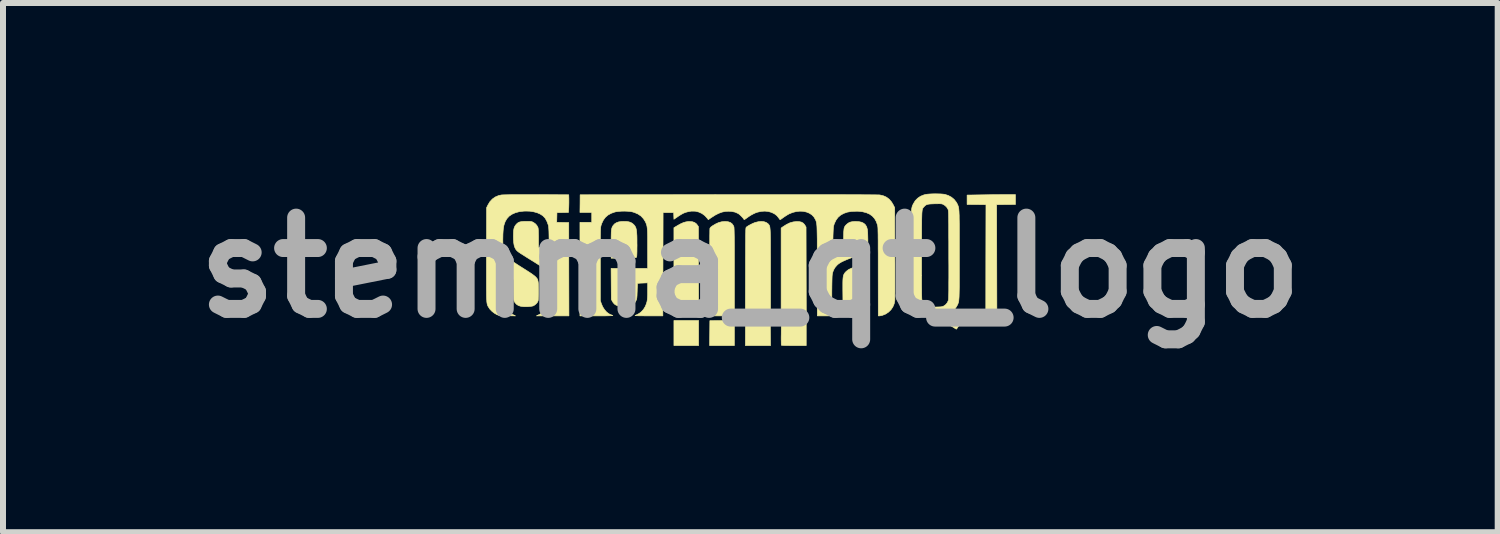
<source format=kicad_pcb>
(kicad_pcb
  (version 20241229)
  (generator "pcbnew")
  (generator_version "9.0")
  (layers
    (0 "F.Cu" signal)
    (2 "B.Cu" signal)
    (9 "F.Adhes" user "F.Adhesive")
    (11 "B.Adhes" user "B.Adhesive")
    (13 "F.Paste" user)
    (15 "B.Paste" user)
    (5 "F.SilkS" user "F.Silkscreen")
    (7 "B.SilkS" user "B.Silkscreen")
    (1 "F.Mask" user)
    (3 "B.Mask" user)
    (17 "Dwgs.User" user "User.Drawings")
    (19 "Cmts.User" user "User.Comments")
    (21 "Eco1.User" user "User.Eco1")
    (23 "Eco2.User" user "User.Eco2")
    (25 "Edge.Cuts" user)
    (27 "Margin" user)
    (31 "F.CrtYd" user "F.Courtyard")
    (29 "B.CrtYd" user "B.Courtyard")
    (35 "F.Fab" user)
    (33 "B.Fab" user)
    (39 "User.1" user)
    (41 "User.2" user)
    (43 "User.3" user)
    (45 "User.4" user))
  (footprint "stemma_qt_logo"
    (layer "F.Cu")
    (at 9.478 1.418)
    (property "Reference" "stemma_qt_logo" (at 0 0 0) (layer "F.Fab") (effects (font (size 1.524 1.524) (thickness 0.3))))
    (attr through_hole)
    (fp_poly (pts (xy -0.864 1.302) (xy -1.276 1.302) (xy -1.276 0.883) (xy -0.864 0.883) (xy -0.864 1.302)) (stroke (width 0.01) (type solid)) (fill yes) (layer "F.SilkS"))
    (fp_poly (pts (xy -0.267 1.302) (xy -0.68 1.302) (xy -0.678 1.094) (xy -0.676 0.886) (xy -0.471 0.884) (xy -0.267 0.882) (xy -0.267 1.302)) (stroke (width 0.01) (type solid)) (fill yes) (layer "F.SilkS"))
    (fp_poly (pts (xy 1.958 0.732) (xy 1.96 0.756) (xy 1.962 0.778) (xy 1.962 0.788) (xy 1.962 0.806) (xy 1.865 0.806) (xy 1.768 0.806) (xy 1.813 0.785) (xy 1.84 0.771) (xy 1.871 0.752) (xy 1.9 0.733) (xy 1.906 0.729) (xy 1.954 0.694) (xy 1.958 0.732)) (stroke (width 0.01) (type solid)) (fill yes) (layer "F.SilkS"))
    (fp_poly (pts (xy -0.969 -0.766) (xy -0.933 -0.754) (xy -0.904 -0.734) (xy -0.886 -0.712) (xy -0.867 -0.685) (xy -0.865 0.061) (xy -0.863 0.806) (xy -1.276 0.806) (xy -1.276 -0.666) (xy -1.211 -0.705) (xy -1.162 -0.732) (xy -1.119 -0.751) (xy -1.078 -0.763) (xy -1.038 -0.769) (xy -1.014 -0.769) (xy -0.969 -0.766)) (stroke (width 0.01) (type solid)) (fill yes) (layer "F.SilkS"))
    (fp_poly (pts (xy 0.82 -0.767) (xy 0.854 -0.759) (xy 0.882 -0.743) (xy 0.904 -0.72) (xy 0.911 -0.709) (xy 0.93 -0.677) (xy 0.934 0.806) (xy 0.514 0.806) (xy 0.514 -0.66) (xy 0.541 -0.68) (xy 0.602 -0.719) (xy 0.659 -0.747) (xy 0.716 -0.763) (xy 0.772 -0.769) (xy 0.776 -0.769) (xy 0.82 -0.767)) (stroke (width 0.01) (type solid)) (fill yes) (layer "F.SilkS"))
    (fp_poly (pts (xy 0.113 0.884) (xy 0.131 0.884) (xy 0.333 0.886) (xy 0.335 1.094) (xy 0.337 1.302) (xy -0.083 1.302) (xy -0.082 1.1) (xy -0.082 1.051) (xy -0.082 1.005) (xy -0.081 0.965) (xy -0.08 0.932) (xy -0.079 0.907) (xy -0.078 0.893) (xy -0.077 0.89) (xy -0.073 0.888) (xy -0.063 0.886) (xy -0.046 0.885) (xy -0.021 0.884) (xy 0.013 0.884) (xy 0.057 0.884) (xy 0.113 0.884)) (stroke (width 0.01) (type solid)) (fill yes) (layer "F.SilkS"))
    (fp_poly (pts (xy 0.933 1.302) (xy 0.727 1.302) (xy 0.667 1.302) (xy 0.619 1.301) (xy 0.582 1.301) (xy 0.554 1.3) (xy 0.535 1.298) (xy 0.523 1.297) (xy 0.518 1.295) (xy 0.517 1.294) (xy 0.517 1.286) (xy 0.516 1.266) (xy 0.516 1.238) (xy 0.515 1.201) (xy 0.515 1.158) (xy 0.516 1.11) (xy 0.516 1.086) (xy 0.518 0.886) (xy 0.725 0.884) (xy 0.933 0.882) (xy 0.933 1.302)) (stroke (width 0.01) (type solid)) (fill yes) (layer "F.SilkS"))
    (fp_poly (pts (xy 4.426 -1.054) (xy 4.269 -1.053) (xy 4.112 -1.051) (xy 4.114 -0.122) (xy 4.116 0.806) (xy 3.931 0.806) (xy 3.932 -0.122) (xy 3.934 -1.051) (xy 3.777 -1.053) (xy 3.619 -1.054) (xy 3.619 -1.211) (xy 3.881 -1.215) (xy 3.945 -1.216) (xy 4.011 -1.217) (xy 4.076 -1.218) (xy 4.139 -1.218) (xy 4.196 -1.219) (xy 4.245 -1.219) (xy 4.285 -1.219) (xy 4.285 -1.219) (xy 4.426 -1.219) (xy 4.426 -1.054)) (stroke (width 0.01) (type solid)) (fill yes) (layer "F.SilkS"))
    (fp_poly (pts (xy -0.372 -0.766) (xy -0.333 -0.753) (xy -0.303 -0.73) (xy -0.282 -0.699) (xy -0.274 -0.68) (xy -0.273 -0.672) (xy -0.272 -0.657) (xy -0.271 -0.633) (xy -0.27 -0.6) (xy -0.269 -0.558) (xy -0.268 -0.506) (xy -0.268 -0.445) (xy -0.267 -0.372) (xy -0.267 -0.289) (xy -0.267 -0.195) (xy -0.267 -0.089) (xy -0.267 0.029) (xy -0.267 0.074) (xy -0.267 0.806) (xy -0.679 0.806) (xy -0.679 0.087) (xy -0.679 -0.008) (xy -0.679 -0.1) (xy -0.679 -0.187) (xy -0.679 -0.27) (xy -0.679 -0.346) (xy -0.678 -0.416) (xy -0.678 -0.479) (xy -0.678 -0.533) (xy -0.677 -0.578) (xy -0.677 -0.613) (xy -0.676 -0.638) (xy -0.676 -0.651) (xy -0.676 -0.652) (xy -0.67 -0.665) (xy -0.657 -0.679) (xy -0.635 -0.695) (xy -0.633 -0.697) (xy -0.579 -0.729) (xy -0.529 -0.752) (xy -0.48 -0.765) (xy -0.429 -0.77) (xy -0.419 -0.77) (xy -0.372 -0.766)) (stroke (width 0.01) (type solid)) (fill yes) (layer "F.SilkS"))
    (fp_poly (pts (xy 0.226 -0.767) (xy 0.264 -0.754) (xy 0.294 -0.734) (xy 0.304 -0.723) (xy 0.309 -0.717) (xy 0.313 -0.711) (xy 0.317 -0.704) (xy 0.321 -0.696) (xy 0.324 -0.686) (xy 0.326 -0.674) (xy 0.328 -0.658) (xy 0.33 -0.638) (xy 0.332 -0.613) (xy 0.333 -0.583) (xy 0.334 -0.547) (xy 0.335 -0.503) (xy 0.336 -0.453) (xy 0.336 -0.393) (xy 0.336 -0.325) (xy 0.336 -0.247) (xy 0.337 -0.159) (xy 0.337 -0.06) (xy 0.337 0.052) (xy 0.337 0.806) (xy -0.083 0.806) (xy -0.081 0.07) (xy -0.081 -0.042) (xy -0.081 -0.142) (xy -0.08 -0.231) (xy -0.08 -0.309) (xy -0.08 -0.378) (xy -0.079 -0.437) (xy -0.079 -0.487) (xy -0.079 -0.53) (xy -0.078 -0.565) (xy -0.077 -0.594) (xy -0.077 -0.618) (xy -0.076 -0.636) (xy -0.075 -0.649) (xy -0.074 -0.659) (xy -0.072 -0.666) (xy -0.071 -0.671) (xy -0.069 -0.674) (xy -0.068 -0.675) (xy -0.067 -0.676) (xy -0.035 -0.698) (xy 0.003 -0.719) (xy 0.044 -0.739) (xy 0.079 -0.753) (xy 0.132 -0.766) (xy 0.181 -0.771) (xy 0.226 -0.767)) (stroke (width 0.01) (type solid)) (fill yes) (layer "F.SilkS"))
    (fp_poly (pts (xy 1.954 -0.086) (xy 1.955 -0.079) (xy 1.956 -0.061) (xy 1.957 -0.032) (xy 1.957 0.006) (xy 1.958 0.052) (xy 1.958 0.104) (xy 1.959 0.161) (xy 1.959 0.223) (xy 1.959 0.236) (xy 1.959 0.554) (xy 1.915 0.579) (xy 1.871 0.603) (xy 1.835 0.621) (xy 1.803 0.633) (xy 1.772 0.64) (xy 1.74 0.644) (xy 1.714 0.645) (xy 1.675 0.646) (xy 1.646 0.644) (xy 1.629 0.64) (xy 1.603 0.628) (xy 1.585 0.615) (xy 1.571 0.597) (xy 1.564 0.586) (xy 1.546 0.556) (xy 1.544 0.366) (xy 1.544 0.305) (xy 1.544 0.255) (xy 1.545 0.214) (xy 1.547 0.182) (xy 1.55 0.156) (xy 1.554 0.135) (xy 1.56 0.118) (xy 1.568 0.103) (xy 1.578 0.088) (xy 1.583 0.082) (xy 1.6 0.064) (xy 1.622 0.046) (xy 1.642 0.032) (xy 1.658 0.024) (xy 1.682 0.013) (xy 1.713 0.00008) (xy 1.747 -0.014) (xy 1.785 -0.029) (xy 1.822 -0.043) (xy 1.859 -0.057) (xy 1.892 -0.068) (xy 1.92 -0.078) (xy 1.941 -0.084) (xy 1.953 -0.086) (xy 1.954 -0.086)) (stroke (width 0.01) (type solid)) (fill yes) (layer "F.SilkS"))
    (fp_poly (pts (xy -2.068 -0.77) (xy -2.032 -0.765) (xy -2.002 -0.756) (xy -1.977 -0.743) (xy -1.959 -0.729) (xy -1.943 -0.714) (xy -1.93 -0.699) (xy -1.92 -0.682) (xy -1.911 -0.663) (xy -1.905 -0.639) (xy -1.9 -0.61) (xy -1.897 -0.574) (xy -1.894 -0.53) (xy -1.893 -0.476) (xy -1.893 -0.412) (xy -1.892 -0.374) (xy -1.893 -0.318) (xy -1.893 -0.273) (xy -1.894 -0.239) (xy -1.895 -0.213) (xy -1.896 -0.195) (xy -1.898 -0.183) (xy -1.9 -0.176) (xy -1.901 -0.174) (xy -1.904 -0.171) (xy -1.909 -0.168) (xy -1.917 -0.166) (xy -1.929 -0.165) (xy -1.946 -0.163) (xy -1.971 -0.162) (xy -2.004 -0.161) (xy -2.046 -0.161) (xy -2.1 -0.16) (xy -2.117 -0.16) (xy -2.324 -0.157) (xy -2.324 -0.389) (xy -2.324 -0.454) (xy -2.324 -0.509) (xy -2.323 -0.553) (xy -2.322 -0.589) (xy -2.32 -0.617) (xy -2.317 -0.64) (xy -2.313 -0.657) (xy -2.308 -0.672) (xy -2.302 -0.685) (xy -2.295 -0.697) (xy -2.292 -0.701) (xy -2.268 -0.729) (xy -2.237 -0.749) (xy -2.199 -0.763) (xy -2.152 -0.77) (xy -2.115 -0.771) (xy -2.068 -0.77)) (stroke (width 0.01) (type solid)) (fill yes) (layer "F.SilkS"))
    (fp_poly (pts (xy 3.134 -1.231) (xy 3.178 -1.23) (xy 3.216 -1.227) (xy 3.244 -1.223) (xy 3.246 -1.223) (xy 3.305 -1.204) (xy 3.357 -1.176) (xy 3.402 -1.139) (xy 3.438 -1.093) (xy 3.454 -1.065) (xy 3.459 -1.053) (xy 3.464 -1.043) (xy 3.468 -1.033) (xy 3.472 -1.022) (xy 3.475 -1.01) (xy 3.478 -0.996) (xy 3.48 -0.98) (xy 3.482 -0.959) (xy 3.484 -0.935) (xy 3.485 -0.905) (xy 3.487 -0.87) (xy 3.487 -0.829) (xy 3.488 -0.78) (xy 3.489 -0.724) (xy 3.489 -0.659) (xy 3.489 -0.585) (xy 3.489 -0.501) (xy 3.489 -0.406) (xy 3.489 -0.3) (xy 3.489 -0.213) (xy 3.489 -0.098) (xy 3.489 0.006) (xy 3.489 0.097) (xy 3.489 0.179) (xy 3.489 0.25) (xy 3.489 0.313) (xy 3.488 0.367) (xy 3.487 0.414) (xy 3.486 0.453) (xy 3.485 0.487) (xy 3.483 0.515) (xy 3.481 0.538) (xy 3.479 0.558) (xy 3.476 0.574) (xy 3.472 0.588) (xy 3.468 0.6) (xy 3.464 0.611) (xy 3.459 0.621) (xy 3.453 0.632) (xy 3.446 0.644) (xy 3.444 0.649) (xy 3.412 0.696) (xy 3.371 0.735) (xy 3.332 0.76) (xy 3.315 0.769) (xy 3.304 0.777) (xy 3.302 0.78) (xy 3.307 0.785) (xy 3.322 0.793) (xy 3.343 0.803) (xy 3.351 0.806) (xy 3.4 0.827) (xy 3.443 0.845) (xy 3.479 0.862) (xy 3.506 0.875) (xy 3.523 0.884) (xy 3.531 0.89) (xy 3.531 0.89) (xy 3.527 0.897) (xy 3.519 0.911) (xy 3.506 0.931) (xy 3.492 0.954) (xy 3.476 0.977) (xy 3.462 0.998) (xy 3.45 1.016) (xy 3.442 1.026) (xy 3.44 1.028) (xy 3.434 1.025) (xy 3.419 1.016) (xy 3.397 1.002) (xy 3.367 0.984) (xy 3.333 0.963) (xy 3.299 0.942) (xy 3.249 0.912) (xy 3.209 0.887) (xy 3.177 0.868) (xy 3.151 0.853) (xy 3.13 0.843) (xy 3.112 0.835) (xy 3.095 0.83) (xy 3.079 0.827) (xy 3.061 0.826) (xy 3.04 0.824) (xy 3.022 0.824) (xy 2.949 0.816) (xy 2.886 0.801) (xy 2.832 0.778) (xy 2.786 0.746) (xy 2.749 0.705) (xy 2.72 0.655) (xy 2.697 0.595) (xy 2.691 0.569) (xy 2.689 0.56) (xy 2.688 0.545) (xy 2.687 0.523) (xy 2.686 0.494) (xy 2.686 0.457) (xy 2.685 0.411) (xy 2.684 0.356) (xy 2.684 0.292) (xy 2.683 0.217) (xy 2.683 0.133) (xy 2.683 0.036) (xy 2.683 0.021) (xy 2.859 0.021) (xy 2.859 0.127) (xy 2.859 0.221) (xy 2.859 0.303) (xy 2.86 0.373) (xy 2.86 0.43) (xy 2.861 0.475) (xy 2.862 0.507) (xy 2.863 0.527) (xy 2.864 0.533) (xy 2.877 0.573) (xy 2.9 0.607) (xy 2.931 0.633) (xy 2.934 0.635) (xy 2.952 0.644) (xy 2.969 0.65) (xy 2.989 0.655) (xy 3.013 0.657) (xy 3.044 0.658) (xy 3.085 0.658) (xy 3.103 0.658) (xy 3.141 0.657) (xy 3.169 0.656) (xy 3.189 0.654) (xy 3.204 0.651) (xy 3.217 0.646) (xy 3.23 0.641) (xy 3.263 0.617) (xy 3.289 0.585) (xy 3.306 0.547) (xy 3.308 0.538) (xy 3.309 0.527) (xy 3.31 0.507) (xy 3.311 0.477) (xy 3.312 0.436) (xy 3.313 0.386) (xy 3.313 0.324) (xy 3.313 0.251) (xy 3.314 0.167) (xy 3.314 0.071) (xy 3.314 -0.036) (xy 3.313 -0.156) (xy 3.313 -0.222) (xy 3.313 -0.334) (xy 3.313 -0.433) (xy 3.312 -0.521) (xy 3.312 -0.599) (xy 3.312 -0.667) (xy 3.312 -0.725) (xy 3.311 -0.776) (xy 3.311 -0.818) (xy 3.31 -0.854) (xy 3.31 -0.883) (xy 3.309 -0.907) (xy 3.308 -0.925) (xy 3.307 -0.94) (xy 3.306 -0.951) (xy 3.304 -0.96) (xy 3.303 -0.966) (xy 3.301 -0.971) (xy 3.299 -0.976) (xy 3.298 -0.978) (xy 3.277 -1.011) (xy 3.248 -1.038) (xy 3.222 -1.054) (xy 3.212 -1.059) (xy 3.202 -1.062) (xy 3.19 -1.065) (xy 3.174 -1.066) (xy 3.151 -1.067) (xy 3.12 -1.066) (xy 3.082 -1.066) (xy 3.035 -1.064) (xy 2.998 -1.062) (xy 2.969 -1.058) (xy 2.947 -1.052) (xy 2.93 -1.044) (xy 2.915 -1.032) (xy 2.9 -1.016) (xy 2.899 -1.016) (xy 2.893 -1.009) (xy 2.888 -1.003) (xy 2.884 -0.997) (xy 2.879 -0.991) (xy 2.876 -0.984) (xy 2.873 -0.974) (xy 2.87 -0.962) (xy 2.868 -0.946) (xy 2.866 -0.927) (xy 2.864 -0.902) (xy 2.863 -0.872) (xy 2.862 -0.836) (xy 2.861 -0.793) (xy 2.861 -0.742) (xy 2.86 -0.683) (xy 2.86 -0.614) (xy 2.86 -0.536) (xy 2.859 -0.448) (xy 2.859 -0.348) (xy 2.859 -0.236) (xy 2.859 -0.226) (xy 2.859 -0.097) (xy 2.859 0.021) (xy 2.683 0.021) (xy 2.683 -0.071) (xy 2.683 -0.191) (xy 2.683 -0.203) (xy 2.683 -0.319) (xy 2.683 -0.422) (xy 2.683 -0.515) (xy 2.683 -0.596) (xy 2.683 -0.668) (xy 2.684 -0.731) (xy 2.684 -0.786) (xy 2.685 -0.833) (xy 2.686 -0.873) (xy 2.687 -0.907) (xy 2.689 -0.935) (xy 2.691 -0.959) (xy 2.693 -0.979) (xy 2.696 -0.995) (xy 2.699 -1.009) (xy 2.702 -1.021) (xy 2.706 -1.032) (xy 2.711 -1.043) (xy 2.716 -1.054) (xy 2.722 -1.066) (xy 2.722 -1.066) (xy 2.753 -1.117) (xy 2.793 -1.158) (xy 2.841 -1.191) (xy 2.898 -1.214) (xy 2.931 -1.222) (xy 2.958 -1.226) (xy 2.996 -1.229) (xy 3.04 -1.231) (xy 3.087 -1.232) (xy 3.134 -1.231)) (stroke (width 0.01) (type solid)) (fill yes) (layer "F.SilkS"))
    (fp_poly (pts (xy -3.703 -1.218) (xy -3.6 -1.218) (xy -3.569 -1.218) (xy -3.032 -1.216) (xy -3.03 -1.153) (xy -3.03 -1.12) (xy -3.03 -1.08) (xy -3.031 -1.038) (xy -3.032 -1.005) (xy -3.037 -0.921) (xy -3.133 -0.919) (xy -3.229 -0.918) (xy -3.231 -0.837) (xy -3.233 -0.756) (xy -3.132 -0.754) (xy -3.032 -0.752) (xy -3.031 0.027) (xy -3.029 0.806) (xy -3.3 0.806) (xy -3.572 0.806) (xy -3.521 0.781) (xy -3.476 0.755) (xy -3.441 0.725) (xy -3.412 0.686) (xy -3.394 0.652) (xy -3.381 0.624) (xy -3.372 0.598) (xy -3.365 0.57) (xy -3.359 0.54) (xy -3.356 0.504) (xy -3.354 0.46) (xy -3.353 0.407) (xy -3.353 0.375) (xy -3.353 0.316) (xy -3.355 0.267) (xy -3.357 0.227) (xy -3.362 0.194) (xy -3.368 0.165) (xy -3.376 0.139) (xy -3.386 0.113) (xy -3.39 0.104) (xy -3.415 0.062) (xy -3.45 0.021) (xy -3.492 -0.017) (xy -3.502 -0.025) (xy -3.516 -0.035) (xy -3.539 -0.05) (xy -3.569 -0.069) (xy -3.605 -0.092) (xy -3.644 -0.116) (xy -3.686 -0.142) (xy -3.686 -0.142) (xy -3.728 -0.168) (xy -3.767 -0.193) (xy -3.803 -0.216) (xy -3.834 -0.235) (xy -3.857 -0.251) (xy -3.872 -0.261) (xy -3.872 -0.261) (xy -3.898 -0.283) (xy -3.918 -0.308) (xy -3.933 -0.338) (xy -3.944 -0.373) (xy -3.951 -0.416) (xy -3.955 -0.468) (xy -3.956 -0.52) (xy -3.955 -0.572) (xy -3.953 -0.614) (xy -3.948 -0.647) (xy -3.94 -0.674) (xy -3.928 -0.697) (xy -3.913 -0.717) (xy -3.911 -0.72) (xy -3.892 -0.739) (xy -3.873 -0.753) (xy -3.85 -0.762) (xy -3.821 -0.768) (xy -3.784 -0.771) (xy -3.74 -0.772) (xy -3.705 -0.771) (xy -3.679 -0.771) (xy -3.661 -0.769) (xy -3.647 -0.766) (xy -3.634 -0.761) (xy -3.623 -0.755) (xy -3.592 -0.734) (xy -3.566 -0.706) (xy -3.548 -0.674) (xy -3.544 -0.662) (xy -3.542 -0.649) (xy -3.54 -0.625) (xy -3.539 -0.592) (xy -3.538 -0.553) (xy -3.537 -0.51) (xy -3.537 -0.487) (xy -3.537 -0.337) (xy -3.447 -0.337) (xy -3.358 -0.337) (xy -3.361 -0.506) (xy -3.362 -0.562) (xy -3.363 -0.606) (xy -3.365 -0.641) (xy -3.367 -0.668) (xy -3.369 -0.689) (xy -3.372 -0.705) (xy -3.375 -0.714) (xy -3.395 -0.768) (xy -3.421 -0.817) (xy -3.431 -0.831) (xy -3.464 -0.865) (xy -3.507 -0.893) (xy -3.559 -0.916) (xy -3.618 -0.932) (xy -3.682 -0.942) (xy -3.75 -0.944) (xy -3.781 -0.943) (xy -3.858 -0.934) (xy -3.924 -0.916) (xy -3.98 -0.891) (xy -4.028 -0.858) (xy -4.065 -0.817) (xy -4.094 -0.767) (xy -4.114 -0.709) (xy -4.118 -0.688) (xy -4.124 -0.653) (xy -4.128 -0.609) (xy -4.131 -0.56) (xy -4.132 -0.508) (xy -4.133 -0.458) (xy -4.132 -0.412) (xy -4.129 -0.374) (xy -4.128 -0.365) (xy -4.116 -0.301) (xy -4.097 -0.246) (xy -4.071 -0.198) (xy -4.036 -0.157) (xy -4.01 -0.133) (xy -3.994 -0.12) (xy -3.968 -0.102) (xy -3.935 -0.08) (xy -3.896 -0.054) (xy -3.854 -0.027) (xy -3.81 0.001) (xy -3.794 0.011) (xy -3.74 0.045) (xy -3.692 0.076) (xy -3.651 0.103) (xy -3.62 0.126) (xy -3.598 0.143) (xy -3.59 0.15) (xy -3.575 0.166) (xy -3.562 0.181) (xy -3.553 0.198) (xy -3.547 0.218) (xy -3.542 0.243) (xy -3.539 0.274) (xy -3.538 0.313) (xy -3.537 0.363) (xy -3.537 0.39) (xy -3.537 0.435) (xy -3.538 0.476) (xy -3.54 0.51) (xy -3.541 0.537) (xy -3.543 0.553) (xy -3.544 0.555) (xy -3.555 0.579) (xy -3.575 0.603) (xy -3.6 0.624) (xy -3.625 0.639) (xy -3.629 0.64) (xy -3.646 0.644) (xy -3.672 0.648) (xy -3.702 0.651) (xy -3.722 0.652) (xy -3.782 0.652) (xy -3.832 0.646) (xy -3.873 0.633) (xy -3.905 0.612) (xy -3.93 0.584) (xy -3.939 0.569) (xy -3.943 0.56) (xy -3.946 0.552) (xy -3.949 0.541) (xy -3.951 0.526) (xy -3.952 0.506) (xy -3.953 0.478) (xy -3.954 0.442) (xy -3.955 0.396) (xy -3.955 0.373) (xy -3.957 0.203) (xy -4.134 0.203) (xy -4.134 0.359) (xy -4.133 0.421) (xy -4.132 0.473) (xy -4.13 0.516) (xy -4.126 0.551) (xy -4.12 0.582) (xy -4.112 0.609) (xy -4.103 0.636) (xy -4.092 0.659) (xy -4.064 0.706) (xy -4.029 0.743) (xy -3.985 0.774) (xy -3.968 0.783) (xy -3.921 0.806) (xy -4.045 0.805) (xy -4.085 0.805) (xy -4.122 0.804) (xy -4.154 0.803) (xy -4.178 0.801) (xy -4.192 0.8) (xy -4.193 0.8) (xy -4.233 0.785) (xy -4.274 0.761) (xy -4.314 0.73) (xy -4.347 0.696) (xy -4.37 0.662) (xy -4.376 0.652) (xy -4.381 0.644) (xy -4.385 0.635) (xy -4.389 0.626) (xy -4.392 0.616) (xy -4.395 0.604) (xy -4.397 0.59) (xy -4.4 0.572) (xy -4.401 0.55) (xy -4.403 0.524) (xy -4.404 0.493) (xy -4.405 0.455) (xy -4.405 0.411) (xy -4.406 0.359) (xy -4.406 0.3) (xy -4.406 0.231) (xy -4.406 0.153) (xy -4.406 0.065) (xy -4.406 -0.034) (xy -4.406 -0.145) (xy -4.405 -0.22) (xy -4.404 -1) (xy -4.38 -1.048) (xy -4.348 -1.101) (xy -4.307 -1.145) (xy -4.259 -1.179) (xy -4.205 -1.202) (xy -4.155 -1.213) (xy -4.139 -1.214) (xy -4.11 -1.215) (xy -4.069 -1.216) (xy -4.017 -1.217) (xy -3.954 -1.218) (xy -3.88 -1.218) (xy -3.796 -1.218) (xy -3.703 -1.218)) (stroke (width 0.01) (type solid)) (fill yes) (layer "F.SilkS"))
    (fp_poly (pts (xy 0.725 -1.218) (xy 0.905 -1.218) (xy 1.073 -1.218) (xy 1.229 -1.218) (xy 1.373 -1.218) (xy 1.504 -1.218) (xy 1.623 -1.217) (xy 1.731 -1.217) (xy 1.826 -1.217) (xy 1.909 -1.216) (xy 1.981 -1.216) (xy 2.04 -1.215) (xy 2.088 -1.215) (xy 2.124 -1.214) (xy 2.148 -1.214) (xy 2.161 -1.213) (xy 2.162 -1.213) (xy 2.221 -1.199) (xy 2.274 -1.175) (xy 2.32 -1.14) (xy 2.359 -1.094) (xy 2.385 -1.05) (xy 2.41 -1.001) (xy 2.413 -0.251) (xy 2.413 -0.154) (xy 2.414 -0.059) (xy 2.414 0.032) (xy 2.414 0.119) (xy 2.414 0.2) (xy 2.414 0.274) (xy 2.414 0.342) (xy 2.414 0.402) (xy 2.413 0.452) (xy 2.413 0.493) (xy 2.413 0.524) (xy 2.412 0.543) (xy 2.412 0.549) (xy 2.401 0.605) (xy 2.379 0.657) (xy 2.347 0.704) (xy 2.307 0.743) (xy 2.259 0.775) (xy 2.205 0.797) (xy 2.2 0.798) (xy 2.178 0.803) (xy 2.159 0.806) (xy 2.152 0.806) (xy 2.136 0.806) (xy 2.135 0.068) (xy 2.135 -0.046) (xy 2.135 -0.148) (xy 2.135 -0.238) (xy 2.134 -0.318) (xy 2.134 -0.388) (xy 2.134 -0.449) (xy 2.133 -0.502) (xy 2.133 -0.546) (xy 2.132 -0.584) (xy 2.131 -0.615) (xy 2.131 -0.64) (xy 2.13 -0.661) (xy 2.129 -0.677) (xy 2.127 -0.689) (xy 2.126 -0.699) (xy 2.125 -0.706) (xy 2.124 -0.708) (xy 2.103 -0.768) (xy 2.074 -0.819) (xy 2.037 -0.86) (xy 1.991 -0.893) (xy 1.936 -0.917) (xy 1.872 -0.933) (xy 1.798 -0.941) (xy 1.768 -0.941) (xy 1.689 -0.938) (xy 1.619 -0.926) (xy 1.559 -0.905) (xy 1.507 -0.876) (xy 1.464 -0.839) (xy 1.43 -0.792) (xy 1.403 -0.736) (xy 1.393 -0.705) (xy 1.389 -0.687) (xy 1.386 -0.662) (xy 1.384 -0.629) (xy 1.382 -0.586) (xy 1.38 -0.531) (xy 1.38 -0.519) (xy 1.376 -0.368) (xy 1.555 -0.368) (xy 1.557 -0.51) (xy 1.558 -0.56) (xy 1.559 -0.6) (xy 1.562 -0.631) (xy 1.565 -0.655) (xy 1.571 -0.674) (xy 1.579 -0.689) (xy 1.589 -0.703) (xy 1.603 -0.717) (xy 1.608 -0.722) (xy 1.634 -0.743) (xy 1.663 -0.758) (xy 1.697 -0.766) (xy 1.74 -0.77) (xy 1.759 -0.77) (xy 1.814 -0.767) (xy 1.86 -0.757) (xy 1.895 -0.739) (xy 1.922 -0.714) (xy 1.942 -0.68) (xy 1.954 -0.637) (xy 1.955 -0.629) (xy 1.957 -0.612) (xy 1.959 -0.585) (xy 1.96 -0.552) (xy 1.961 -0.514) (xy 1.962 -0.472) (xy 1.962 -0.43) (xy 1.962 -0.389) (xy 1.962 -0.351) (xy 1.961 -0.317) (xy 1.96 -0.291) (xy 1.959 -0.275) (xy 1.957 -0.269) (xy 1.95 -0.265) (xy 1.933 -0.258) (xy 1.907 -0.247) (xy 1.874 -0.234) (xy 1.836 -0.22) (xy 1.8 -0.207) (xy 1.728 -0.18) (xy 1.667 -0.156) (xy 1.615 -0.136) (xy 1.572 -0.117) (xy 1.536 -0.101) (xy 1.507 -0.085) (xy 1.483 -0.07) (xy 1.463 -0.055) (xy 1.446 -0.039) (xy 1.44 -0.033) (xy 1.414 -0.002) (xy 1.394 0.032) (xy 1.378 0.071) (xy 1.375 0.083) (xy 1.372 0.094) (xy 1.369 0.108) (xy 1.367 0.125) (xy 1.365 0.148) (xy 1.364 0.178) (xy 1.363 0.215) (xy 1.362 0.262) (xy 1.361 0.32) (xy 1.361 0.334) (xy 1.36 0.402) (xy 1.36 0.46) (xy 1.36 0.507) (xy 1.361 0.547) (xy 1.364 0.579) (xy 1.367 0.607) (xy 1.371 0.631) (xy 1.377 0.652) (xy 1.383 0.672) (xy 1.385 0.675) (xy 1.405 0.715) (xy 1.435 0.751) (xy 1.471 0.781) (xy 1.482 0.788) (xy 1.514 0.806) (xy 1.316 0.806) (xy 1.118 0.806) (xy 1.117 0.059) (xy 1.117 -0.058) (xy 1.117 -0.162) (xy 1.117 -0.256) (xy 1.117 -0.339) (xy 1.117 -0.411) (xy 1.117 -0.475) (xy 1.116 -0.531) (xy 1.115 -0.578) (xy 1.114 -0.619) (xy 1.113 -0.653) (xy 1.112 -0.682) (xy 1.11 -0.706) (xy 1.108 -0.726) (xy 1.106 -0.742) (xy 1.103 -0.756) (xy 1.1 -0.768) (xy 1.097 -0.778) (xy 1.093 -0.788) (xy 1.089 -0.798) (xy 1.087 -0.802) (xy 1.061 -0.846) (xy 1.027 -0.881) (xy 0.984 -0.909) (xy 0.936 -0.928) (xy 0.883 -0.94) (xy 0.826 -0.942) (xy 0.767 -0.936) (xy 0.707 -0.921) (xy 0.647 -0.897) (xy 0.614 -0.878) (xy 0.587 -0.861) (xy 0.557 -0.841) (xy 0.539 -0.828) (xy 0.52 -0.814) (xy 0.505 -0.804) (xy 0.498 -0.8) (xy 0.497 -0.8) (xy 0.491 -0.805) (xy 0.481 -0.818) (xy 0.474 -0.829) (xy 0.442 -0.868) (xy 0.401 -0.899) (xy 0.353 -0.922) (xy 0.3 -0.937) (xy 0.242 -0.943) (xy 0.183 -0.939) (xy 0.122 -0.926) (xy 0.121 -0.926) (xy 0.086 -0.914) (xy 0.052 -0.898) (xy 0.016 -0.879) (xy -0.024 -0.854) (xy -0.07 -0.821) (xy -0.09 -0.807) (xy -0.1 -0.801) (xy -0.107 -0.805) (xy -0.11 -0.81) (xy -0.122 -0.827) (xy -0.141 -0.848) (xy -0.163 -0.87) (xy -0.185 -0.89) (xy -0.204 -0.903) (xy -0.206 -0.904) (xy -0.255 -0.926) (xy -0.313 -0.938) (xy -0.365 -0.941) (xy -0.421 -0.938) (xy -0.475 -0.926) (xy -0.529 -0.906) (xy -0.586 -0.877) (xy -0.647 -0.838) (xy -0.651 -0.836) (xy -0.702 -0.8) (xy -0.717 -0.821) (xy -0.76 -0.868) (xy -0.809 -0.904) (xy -0.862 -0.928) (xy -0.92 -0.942) (xy -0.98 -0.943) (xy -1.003 -0.94) (xy -1.045 -0.932) (xy -1.082 -0.922) (xy -1.117 -0.908) (xy -1.154 -0.888) (xy -1.196 -0.862) (xy -1.217 -0.847) (xy -1.276 -0.807) (xy -1.28 -0.918) (xy -1.457 -0.918) (xy -1.459 -0.056) (xy -1.461 0.806) (xy -1.7 0.806) (xy -1.765 0.806) (xy -1.817 0.805) (xy -1.859 0.805) (xy -1.89 0.804) (xy -1.91 0.803) (xy -1.922 0.801) (xy -1.925 0.8) (xy -1.924 0.799) (xy -1.891 0.784) (xy -1.865 0.77) (xy -1.845 0.757) (xy -1.824 0.74) (xy -1.815 0.732) (xy -1.784 0.698) (xy -1.76 0.659) (xy -1.755 0.65) (xy -1.743 0.622) (xy -1.733 0.595) (xy -1.725 0.566) (xy -1.72 0.534) (xy -1.717 0.496) (xy -1.715 0.451) (xy -1.715 0.395) (xy -1.715 0.386) (xy -1.714 0.254) (xy -1.799 0.258) (xy -1.83 0.259) (xy -1.856 0.261) (xy -1.875 0.262) (xy -1.883 0.263) (xy -1.884 0.263) (xy -1.884 0.269) (xy -1.885 0.286) (xy -1.886 0.312) (xy -1.888 0.345) (xy -1.889 0.383) (xy -1.889 0.391) (xy -1.891 0.434) (xy -1.892 0.467) (xy -1.894 0.492) (xy -1.896 0.511) (xy -1.899 0.526) (xy -1.904 0.539) (xy -1.909 0.552) (xy -1.911 0.556) (xy -1.929 0.587) (xy -1.951 0.611) (xy -1.98 0.629) (xy -2.016 0.64) (xy -2.062 0.646) (xy -2.112 0.648) (xy -2.165 0.646) (xy -2.208 0.639) (xy -2.242 0.627) (xy -2.269 0.609) (xy -2.291 0.584) (xy -2.304 0.563) (xy -2.321 0.53) (xy -2.323 0.271) (xy -2.325 0.013) (xy -1.714 0.013) (xy -1.715 -0.313) (xy -1.715 -0.391) (xy -1.715 -0.459) (xy -1.715 -0.515) (xy -1.716 -0.563) (xy -1.717 -0.602) (xy -1.719 -0.635) (xy -1.722 -0.662) (xy -1.725 -0.685) (xy -1.729 -0.704) (xy -1.734 -0.721) (xy -1.74 -0.737) (xy -1.747 -0.754) (xy -1.752 -0.765) (xy -1.784 -0.816) (xy -1.825 -0.86) (xy -1.875 -0.894) (xy -1.935 -0.92) (xy -1.972 -0.931) (xy -2.007 -0.937) (xy -2.052 -0.941) (xy -2.101 -0.943) (xy -2.152 -0.942) (xy -2.2 -0.938) (xy -2.242 -0.933) (xy -2.263 -0.928) (xy -2.325 -0.906) (xy -2.377 -0.877) (xy -2.42 -0.84) (xy -2.454 -0.794) (xy -2.481 -0.738) (xy -2.494 -0.699) (xy -2.496 -0.691) (xy -2.497 -0.682) (xy -2.499 -0.672) (xy -2.5 -0.659) (xy -2.501 -0.643) (xy -2.502 -0.622) (xy -2.503 -0.596) (xy -2.503 -0.565) (xy -2.504 -0.527) (xy -2.504 -0.482) (xy -2.505 -0.428) (xy -2.505 -0.366) (xy -2.505 -0.293) (xy -2.505 -0.21) (xy -2.505 -0.116) (xy -2.505 -0.054) (xy -2.505 0.549) (xy -2.488 0.601) (xy -2.465 0.655) (xy -2.435 0.702) (xy -2.401 0.741) (xy -2.362 0.771) (xy -2.325 0.788) (xy -2.308 0.794) (xy -2.297 0.8) (xy -2.296 0.801) (xy -2.301 0.802) (xy -2.317 0.803) (xy -2.344 0.804) (xy -2.381 0.805) (xy -2.426 0.806) (xy -2.478 0.806) (xy -2.537 0.806) (xy -2.567 0.806) (xy -2.845 0.806) (xy -2.845 -0.756) (xy -2.648 -0.756) (xy -2.648 -0.921) (xy -2.845 -0.921) (xy -2.843 -1.068) (xy -2.842 -1.216) (xy -0.365 -1.218) (xy -0.122 -1.218) (xy 0.108 -1.218) (xy 0.326 -1.218) (xy 0.532 -1.218) (xy 0.725 -1.218)) (stroke (width 0.01) (type solid)) (fill yes) (layer "F.SilkS")))
  (gr_rect
    (start -3 -3)
    (end 21.956 5.836)
    (stroke (width 0.1) (type default))
    (fill no)
    (layer "Edge.Cuts")))
</source>
